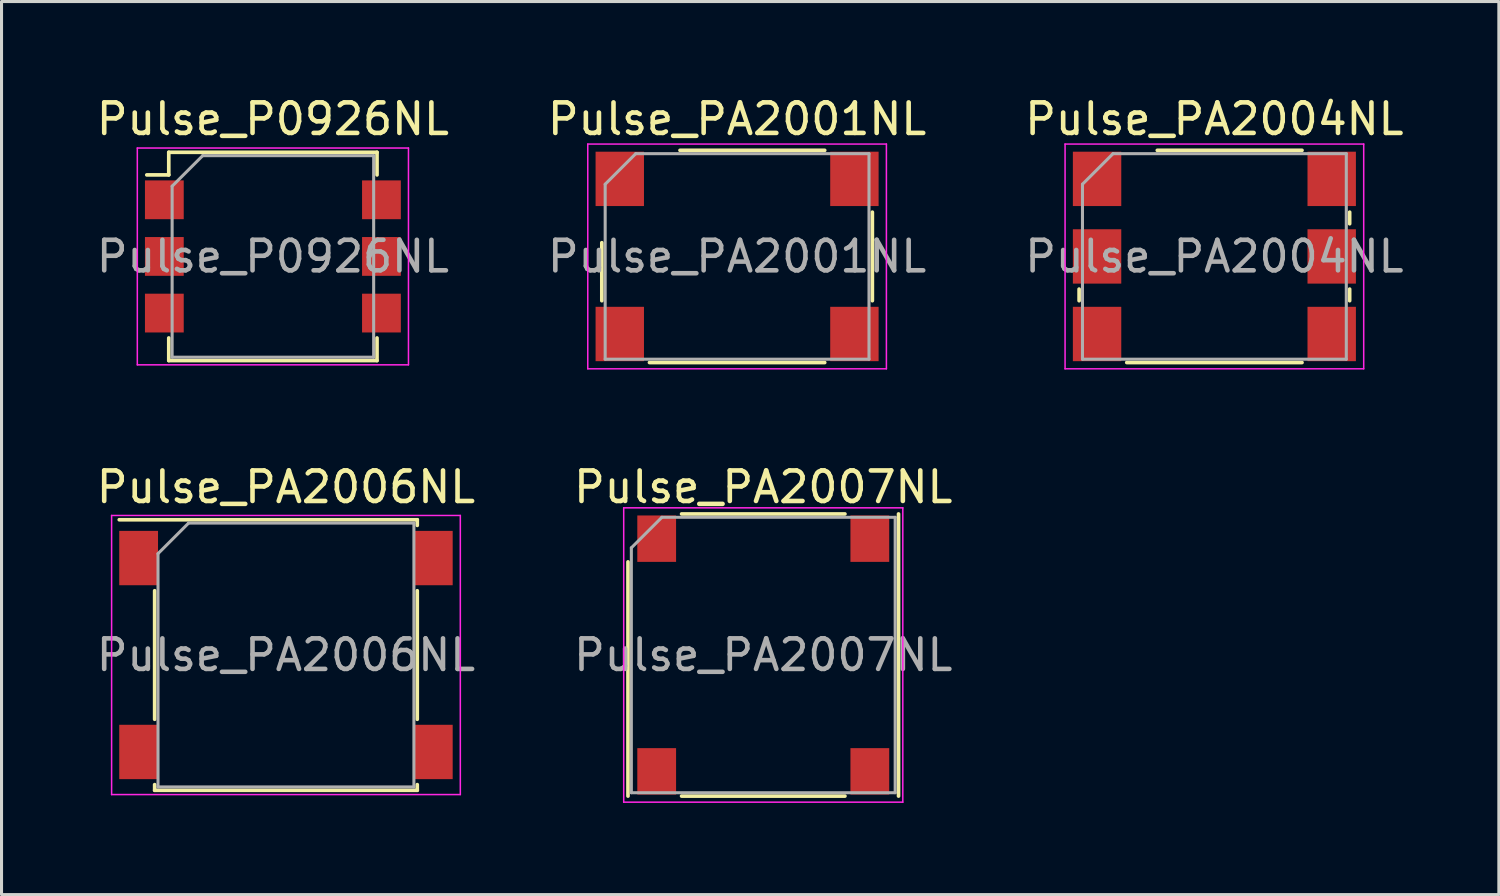
<source format=kicad_pcb>
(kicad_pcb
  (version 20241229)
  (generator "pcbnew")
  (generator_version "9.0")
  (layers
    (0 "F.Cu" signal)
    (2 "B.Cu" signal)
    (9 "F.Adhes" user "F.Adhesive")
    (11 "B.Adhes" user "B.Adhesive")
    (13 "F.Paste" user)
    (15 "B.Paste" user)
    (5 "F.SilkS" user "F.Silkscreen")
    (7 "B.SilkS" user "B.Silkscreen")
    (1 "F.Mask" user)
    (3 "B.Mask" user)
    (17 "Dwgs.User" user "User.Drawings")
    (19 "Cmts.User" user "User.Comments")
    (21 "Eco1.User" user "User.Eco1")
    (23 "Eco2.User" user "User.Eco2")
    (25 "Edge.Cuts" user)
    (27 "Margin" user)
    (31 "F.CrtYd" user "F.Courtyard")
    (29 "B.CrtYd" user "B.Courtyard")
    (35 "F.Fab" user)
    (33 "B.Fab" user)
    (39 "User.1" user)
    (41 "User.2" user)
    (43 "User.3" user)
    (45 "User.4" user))
  (footprint "Pulse_PA2004NL"
    (layer "F.Cu")
    (at 36.72 5.348)
    (property "Reference" "Pulse_PA2004NL" (at 0 -4.5 0) (layer "F.SilkS") (effects (font (size 1 1) (thickness 0.15))))
    (attr smd)
    (fp_line (start -4.43 1.07) (end -4.43 1.45) (stroke (width 0.12) (type solid)) (layer "F.SilkS"))
    (fp_line (start -2.87 3.475) (end 2.87 3.475) (stroke (width 0.12) (type solid)) (layer "F.SilkS"))
    (fp_line (start -1.87 -3.475) (end 2.87 -3.475) (stroke (width 0.12) (type solid)) (layer "F.SilkS"))
    (fp_line (start 4.43 -1.45) (end 4.43 -1.07) (stroke (width 0.12) (type solid)) (layer "F.SilkS"))
    (fp_line (start 4.43 1.45) (end 4.43 1.07) (stroke (width 0.12) (type solid)) (layer "F.SilkS"))
    (fp_line (start -4.89 -3.68) (end 4.89 -3.68) (stroke (width 0.05) (type solid)) (layer "F.CrtYd"))
    (fp_line (start -4.89 3.68) (end -4.89 -3.68) (stroke (width 0.05) (type solid)) (layer "F.CrtYd"))
    (fp_line (start 4.89 -3.68) (end 4.89 3.68) (stroke (width 0.05) (type solid)) (layer "F.CrtYd"))
    (fp_line (start 4.89 3.68) (end -4.89 3.68) (stroke (width 0.05) (type solid)) (layer "F.CrtYd"))
    (fp_line (start -4.32 3.365) (end -4.32 -2.365) (stroke (width 0.1) (type solid)) (layer "F.Fab"))
    (fp_line (start -3.32 -3.365) (end -4.32 -2.365) (stroke (width 0.1) (type solid)) (layer "F.Fab"))
    (fp_line (start -3.32 -3.365) (end 4.32 -3.365) (stroke (width 0.1) (type solid)) (layer "F.Fab"))
    (fp_line (start 4.32 -3.365) (end 4.32 3.365) (stroke (width 0.1) (type solid)) (layer "F.Fab"))
    (fp_line (start 4.32 3.365) (end -4.32 3.365) (stroke (width 0.1) (type solid)) (layer "F.Fab"))
    (fp_text user "${REFERENCE}" (at 0 0 0) (layer "F.Fab") (effects (font (size 1 1) (thickness 0.15))))
    (pad "1" smd rect (at -3.842 -2.54) (size 1.585 1.78) (layers "F.Cu" "F.Mask" "F.Paste"))
    (pad "2" smd rect (at -3.842 0) (size 1.585 1.78) (layers "F.Cu" "F.Mask" "F.Paste"))
    (pad "3" smd rect (at -3.842 2.54) (size 1.585 1.78) (layers "F.Cu" "F.Mask" "F.Paste"))
    (pad "4" smd rect (at 3.842 2.54) (size 1.585 1.78) (layers "F.Cu" "F.Mask" "F.Paste"))
    (pad "5" smd rect (at 3.842 0) (size 1.585 1.78) (layers "F.Cu" "F.Mask" "F.Paste"))
    (pad "6" smd rect (at 3.842 -2.54) (size 1.585 1.78) (layers "F.Cu" "F.Mask" "F.Paste")))
  (footprint "Pulse_P0926NL"
    (layer "F.Cu")
    (at 5.887 5.348)
    (property "Reference" "Pulse_P0926NL" (at 0 -4.5 0) (layer "F.SilkS") (effects (font (size 1 1) (thickness 0.15))))
    (attr smd)
    (fp_line (start -4.13 -2.67) (end -3.41 -2.67) (stroke (width 0.12) (type solid)) (layer "F.SilkS"))
    (fp_line (start -3.41 -3.41) (end -3.41 -2.67) (stroke (width 0.12) (type solid)) (layer "F.SilkS"))
    (fp_line (start -3.41 -3.41) (end 3.41 -3.41) (stroke (width 0.12) (type solid)) (layer "F.SilkS"))
    (fp_line (start -3.41 3.41) (end -3.41 2.67) (stroke (width 0.12) (type solid)) (layer "F.SilkS"))
    (fp_line (start -3.41 3.41) (end 3.41 3.41) (stroke (width 0.12) (type solid)) (layer "F.SilkS"))
    (fp_line (start 3.41 -3.41) (end 3.41 -2.67) (stroke (width 0.12) (type solid)) (layer "F.SilkS"))
    (fp_line (start 3.41 3.41) (end 3.41 2.67) (stroke (width 0.12) (type solid)) (layer "F.SilkS"))
    (fp_line (start -4.44 -3.55) (end 4.44 -3.55) (stroke (width 0.05) (type solid)) (layer "F.CrtYd"))
    (fp_line (start -4.44 3.55) (end -4.44 -3.55) (stroke (width 0.05) (type solid)) (layer "F.CrtYd"))
    (fp_line (start 4.44 -3.55) (end 4.44 3.55) (stroke (width 0.05) (type solid)) (layer "F.CrtYd"))
    (fp_line (start 4.44 3.55) (end -4.44 3.55) (stroke (width 0.05) (type solid)) (layer "F.CrtYd"))
    (fp_line (start -3.3 3.3) (end -3.3 -2.3) (stroke (width 0.1) (type solid)) (layer "F.Fab"))
    (fp_line (start -2.3 -3.3) (end -3.3 -2.3) (stroke (width 0.1) (type solid)) (layer "F.Fab"))
    (fp_line (start -2.3 -3.3) (end 3.3 -3.3) (stroke (width 0.1) (type solid)) (layer "F.Fab"))
    (fp_line (start 3.3 -3.3) (end 3.3 3.3) (stroke (width 0.1) (type solid)) (layer "F.Fab"))
    (fp_line (start 3.3 3.3) (end -3.3 3.3) (stroke (width 0.1) (type solid)) (layer "F.Fab"))
    (fp_text user "${REFERENCE}" (at 0 0 0) (layer "F.Fab") (effects (font (size 1 1) (thickness 0.15))))
    (pad "1" smd rect (at -3.555 -1.855) (size 1.27 1.27) (layers "F.Cu" "F.Mask" "F.Paste"))
    (pad "2" smd rect (at -3.555 0) (size 1.27 1.27) (layers "F.Cu" "F.Mask" "F.Paste"))
    (pad "3" smd rect (at -3.555 1.855) (size 1.27 1.27) (layers "F.Cu" "F.Mask" "F.Paste"))
    (pad "4" smd rect (at 3.555 1.855) (size 1.27 1.27) (layers "F.Cu" "F.Mask" "F.Paste"))
    (pad "5" smd rect (at 3.555 0) (size 1.27 1.27) (layers "F.Cu" "F.Mask" "F.Paste"))
    (pad "6" smd rect (at 3.555 -1.855) (size 1.27 1.27) (layers "F.Cu" "F.Mask" "F.Paste")))
  (footprint "Pulse_PA2007NL"
    (layer "F.Cu")
    (at 21.946 18.401)
    (property "Reference" "Pulse_PA2007NL" (at 0 -5.5 0) (layer "F.SilkS") (effects (font (size 1 1) (thickness 0.15))))
    (attr smd)
    (fp_line (start -4.43 -3.05) (end -4.43 4.62) (stroke (width 0.12) (type solid)) (layer "F.SilkS"))
    (fp_line (start -2.675 -4.62) (end 2.675 -4.62) (stroke (width 0.12) (type solid)) (layer "F.SilkS"))
    (fp_line (start -2.675 4.62) (end 2.675 4.62) (stroke (width 0.12) (type solid)) (layer "F.SilkS"))
    (fp_line (start 4.43 4.62) (end 4.43 -4.62) (stroke (width 0.12) (type solid)) (layer "F.SilkS"))
    (fp_line (start -4.57 -4.82) (end 4.57 -4.82) (stroke (width 0.05) (type solid)) (layer "F.CrtYd"))
    (fp_line (start -4.57 4.82) (end -4.57 -4.82) (stroke (width 0.05) (type solid)) (layer "F.CrtYd"))
    (fp_line (start 4.57 -4.82) (end 4.57 4.82) (stroke (width 0.05) (type solid)) (layer "F.CrtYd"))
    (fp_line (start 4.57 4.82) (end -4.57 4.82) (stroke (width 0.05) (type solid)) (layer "F.CrtYd"))
    (fp_line (start -4.32 4.51) (end -4.32 -3.51) (stroke (width 0.1) (type solid)) (layer "F.Fab"))
    (fp_line (start -3.32 -4.51) (end -4.32 -3.51) (stroke (width 0.1) (type solid)) (layer "F.Fab"))
    (fp_line (start -3.32 -4.51) (end 4.32 -4.51) (stroke (width 0.1) (type solid)) (layer "F.Fab"))
    (fp_line (start 4.32 -4.51) (end 4.32 4.51) (stroke (width 0.1) (type solid)) (layer "F.Fab"))
    (fp_line (start 4.32 4.51) (end -4.32 4.51) (stroke (width 0.1) (type solid)) (layer "F.Fab"))
    (fp_text user "${REFERENCE}" (at 0 0 0) (layer "F.Fab") (effects (font (size 1 1) (thickness 0.15))))
    (pad "1" smd rect (at -3.49 -3.81) (size 1.27 1.52) (layers "F.Cu" "F.Mask" "F.Paste"))
    (pad "4" smd rect (at -3.49 3.81) (size 1.27 1.52) (layers "F.Cu" "F.Mask" "F.Paste"))
    (pad "5" smd rect (at 3.49 3.81) (size 1.27 1.52) (layers "F.Cu" "F.Mask" "F.Paste"))
    (pad "8" smd rect (at 3.49 -3.81) (size 1.27 1.52) (layers "F.Cu" "F.Mask" "F.Paste")))
  (footprint "Pulse_PA2006NL"
    (layer "F.Cu")
    (at 6.315 18.401)
    (property "Reference" "Pulse_PA2006NL" (at 0 -5.5 0) (layer "F.SilkS") (effects (font (size 1 1) (thickness 0.15))))
    (attr smd)
    (fp_line (start -5.46 -4.43) (end 4.3 -4.43) (stroke (width 0.12) (type solid)) (layer "F.SilkS"))
    (fp_line (start -4.3 2.105) (end -4.3 -2.105) (stroke (width 0.12) (type solid)) (layer "F.SilkS"))
    (fp_line (start -4.3 4.43) (end -4.3 4.245) (stroke (width 0.12) (type solid)) (layer "F.SilkS"))
    (fp_line (start -4.3 4.43) (end 4.3 4.43) (stroke (width 0.12) (type solid)) (layer "F.SilkS"))
    (fp_line (start 4.3 -4.43) (end 4.3 -4.245) (stroke (width 0.12) (type solid)) (layer "F.SilkS"))
    (fp_line (start 4.3 -2.105) (end 4.3 2.105) (stroke (width 0.12) (type solid)) (layer "F.SilkS"))
    (fp_line (start 4.3 4.43) (end 4.3 4.245) (stroke (width 0.12) (type solid)) (layer "F.SilkS"))
    (fp_line (start -5.71 -4.57) (end 5.71 -4.57) (stroke (width 0.05) (type solid)) (layer "F.CrtYd"))
    (fp_line (start -5.71 4.57) (end -5.71 -4.57) (stroke (width 0.05) (type solid)) (layer "F.CrtYd"))
    (fp_line (start 5.71 -4.57) (end 5.71 4.57) (stroke (width 0.05) (type solid)) (layer "F.CrtYd"))
    (fp_line (start 5.71 4.57) (end -5.71 4.57) (stroke (width 0.05) (type solid)) (layer "F.CrtYd"))
    (fp_line (start -4.19 4.32) (end -4.19 -3.32) (stroke (width 0.1) (type solid)) (layer "F.Fab"))
    (fp_line (start -3.19 -4.32) (end -4.19 -3.32) (stroke (width 0.1) (type solid)) (layer "F.Fab"))
    (fp_line (start -3.19 -4.32) (end 4.19 -4.32) (stroke (width 0.1) (type solid)) (layer "F.Fab"))
    (fp_line (start 4.19 -4.32) (end 4.19 4.32) (stroke (width 0.1) (type solid)) (layer "F.Fab"))
    (fp_line (start 4.19 4.32) (end -4.19 4.32) (stroke (width 0.1) (type solid)) (layer "F.Fab"))
    (fp_text user "${REFERENCE}" (at 0 0 0) (layer "F.Fab") (effects (font (size 1 1) (thickness 0.15))))
    (pad "1" smd rect (at -4.825 -3.175) (size 1.27 1.78) (layers "F.Cu" "F.Mask" "F.Paste"))
    (pad "3" smd rect (at -4.825 3.175) (size 1.27 1.78) (layers "F.Cu" "F.Mask" "F.Paste"))
    (pad "4" smd rect (at 4.825 3.175) (size 1.27 1.78) (layers "F.Cu" "F.Mask" "F.Paste"))
    (pad "6" smd rect (at 4.825 -3.175) (size 1.27 1.78) (layers "F.Cu" "F.Mask" "F.Paste")))
  (footprint "Pulse_PA2001NL"
    (layer "F.Cu")
    (at 21.089 5.348)
    (property "Reference" "Pulse_PA2001NL" (at 0 -4.5 0) (layer "F.SilkS") (effects (font (size 1 1) (thickness 0.15))))
    (attr smd)
    (fp_line (start -4.43 1.45) (end -4.43 -0.45) (stroke (width 0.12) (type solid)) (layer "F.SilkS"))
    (fp_line (start -2.87 3.475) (end 2.87 3.475) (stroke (width 0.12) (type solid)) (layer "F.SilkS"))
    (fp_line (start -1.87 -3.475) (end 2.87 -3.475) (stroke (width 0.12) (type solid)) (layer "F.SilkS"))
    (fp_line (start 4.43 1.45) (end 4.43 -1.45) (stroke (width 0.12) (type solid)) (layer "F.SilkS"))
    (fp_line (start -4.89 -3.68) (end 4.89 -3.68) (stroke (width 0.05) (type solid)) (layer "F.CrtYd"))
    (fp_line (start -4.89 3.68) (end -4.89 -3.68) (stroke (width 0.05) (type solid)) (layer "F.CrtYd"))
    (fp_line (start 4.89 -3.68) (end 4.89 3.68) (stroke (width 0.05) (type solid)) (layer "F.CrtYd"))
    (fp_line (start 4.89 3.68) (end -4.89 3.68) (stroke (width 0.05) (type solid)) (layer "F.CrtYd"))
    (fp_line (start -4.32 3.365) (end -4.32 -2.365) (stroke (width 0.1) (type solid)) (layer "F.Fab"))
    (fp_line (start -3.32 -3.365) (end -4.32 -2.365) (stroke (width 0.1) (type solid)) (layer "F.Fab"))
    (fp_line (start -3.32 -3.365) (end 4.32 -3.365) (stroke (width 0.1) (type solid)) (layer "F.Fab"))
    (fp_line (start 4.32 -3.365) (end 4.32 3.365) (stroke (width 0.1) (type solid)) (layer "F.Fab"))
    (fp_line (start 4.32 3.365) (end -4.32 3.365) (stroke (width 0.1) (type solid)) (layer "F.Fab"))
    (fp_text user "${REFERENCE}" (at 0 0 0) (layer "F.Fab") (effects (font (size 1 1) (thickness 0.15))))
    (pad "1" smd rect (at -3.842 -2.54) (size 1.585 1.78) (layers "F.Cu" "F.Mask" "F.Paste"))
    (pad "3" smd rect (at -3.842 2.54) (size 1.585 1.78) (layers "F.Cu" "F.Mask" "F.Paste"))
    (pad "4" smd rect (at 3.842 2.54) (size 1.585 1.78) (layers "F.Cu" "F.Mask" "F.Paste"))
    (pad "6" smd rect (at 3.842 -2.54) (size 1.585 1.78) (layers "F.Cu" "F.Mask" "F.Paste")))
  (gr_rect
    (start -3 -3)
    (end 46.036 26.247)
    (stroke (width 0.1) (type default))
    (fill no)
    (layer "Edge.Cuts")))
</source>
